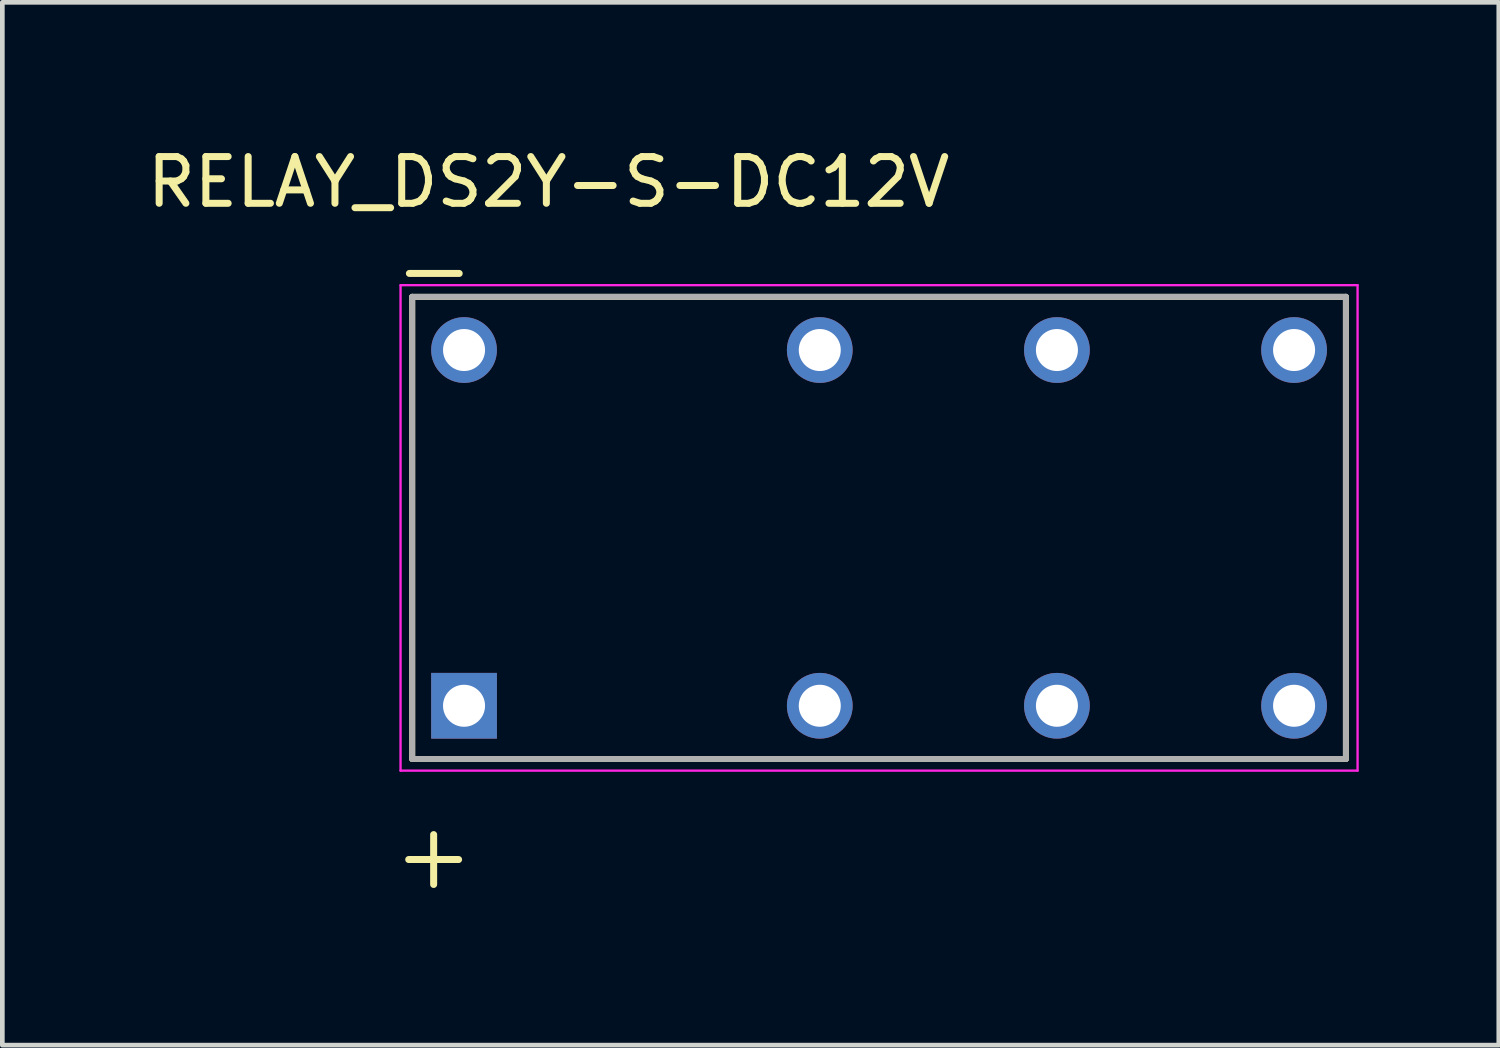
<source format=kicad_pcb>
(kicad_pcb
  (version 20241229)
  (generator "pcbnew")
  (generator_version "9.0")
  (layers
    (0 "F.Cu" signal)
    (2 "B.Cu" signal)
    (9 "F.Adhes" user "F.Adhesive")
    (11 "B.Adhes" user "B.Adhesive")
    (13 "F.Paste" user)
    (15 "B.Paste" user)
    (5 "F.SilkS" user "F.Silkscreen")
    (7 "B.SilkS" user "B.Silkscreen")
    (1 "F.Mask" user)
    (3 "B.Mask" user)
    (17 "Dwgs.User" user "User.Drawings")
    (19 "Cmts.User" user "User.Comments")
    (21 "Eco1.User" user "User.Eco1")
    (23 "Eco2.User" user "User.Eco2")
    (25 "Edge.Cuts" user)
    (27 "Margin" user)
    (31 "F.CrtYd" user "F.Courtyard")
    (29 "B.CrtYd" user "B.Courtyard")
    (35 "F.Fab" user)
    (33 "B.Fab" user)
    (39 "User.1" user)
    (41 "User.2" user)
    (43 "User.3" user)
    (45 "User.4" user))
  (footprint "RELAY_DS2Y-S-DC12V"
    (layer "F.Cu")
    (at 15.78 8.258)
    (property "Reference" "RELAY_DS2Y-S-DC12V" (at -7.079 -7.409 0) (layer "F.SilkS") (effects (font (size 1.001 1.001) (thickness 0.15))))
    (attr through_hole)
    (fp_line (start -10 -4.95) (end 10 -4.95) (stroke (width 0.127) (type solid)) (layer "F.SilkS"))
    (fp_line (start -10 4.95) (end -10 -4.95) (stroke (width 0.127) (type solid)) (layer "F.SilkS"))
    (fp_line (start 10 -4.95) (end 10 4.95) (stroke (width 0.127) (type solid)) (layer "F.SilkS"))
    (fp_line (start 10 4.95) (end -10 4.95) (stroke (width 0.127) (type solid)) (layer "F.SilkS"))
    (fp_line (start -10.25 -5.2) (end 10.25 -5.2) (stroke (width 0.05) (type solid)) (layer "F.CrtYd"))
    (fp_line (start -10.25 5.2) (end -10.25 -5.2) (stroke (width 0.05) (type solid)) (layer "F.CrtYd"))
    (fp_line (start 10.25 -5.2) (end 10.25 5.2) (stroke (width 0.05) (type solid)) (layer "F.CrtYd"))
    (fp_line (start 10.25 5.2) (end -10.25 5.2) (stroke (width 0.05) (type solid)) (layer "F.CrtYd"))
    (fp_line (start -10 -4.95) (end 10 -4.95) (stroke (width 0.127) (type solid)) (layer "F.Fab"))
    (fp_line (start -10 4.95) (end -10 -4.95) (stroke (width 0.127) (type solid)) (layer "F.Fab"))
    (fp_line (start 10 -4.95) (end 10 4.95) (stroke (width 0.127) (type solid)) (layer "F.Fab"))
    (fp_line (start 10 4.95) (end -10 4.95) (stroke (width 0.127) (type solid)) (layer "F.Fab"))
    (fp_text user "+" (at -9.541 6.997 0) (layer "F.SilkS") (effects (font (size 1.402 1.402) (thickness 0.15))))
    (fp_text user "_" (at -9.527 -6.224 0) (layer "F.SilkS") (effects (font (size 1.4 1.4) (thickness 0.15))))
    (pad "1" thru_hole rect (at -8.89 3.81) (size 1.408 1.408) (drill 0.9) (layers "*.Cu" "*.Mask"))
    (pad "4" thru_hole circle (at -1.27 3.81) (size 1.408 1.408) (drill 0.9) (layers "*.Cu" "*.Mask"))
    (pad "6" thru_hole circle (at 3.81 3.81) (size 1.408 1.408) (drill 0.9) (layers "*.Cu" "*.Mask"))
    (pad "8" thru_hole circle (at 8.89 3.81) (size 1.408 1.408) (drill 0.9) (layers "*.Cu" "*.Mask"))
    (pad "9" thru_hole circle (at 8.89 -3.81) (size 1.408 1.408) (drill 0.9) (layers "*.Cu" "*.Mask"))
    (pad "11" thru_hole circle (at 3.81 -3.81) (size 1.408 1.408) (drill 0.9) (layers "*.Cu" "*.Mask"))
    (pad "13" thru_hole circle (at -1.27 -3.81) (size 1.408 1.408) (drill 0.9) (layers "*.Cu" "*.Mask"))
    (pad "16" thru_hole circle (at -8.89 -3.81) (size 1.408 1.408) (drill 0.9) (layers "*.Cu" "*.Mask")))
  (gr_rect
    (start -3 -3)
    (end 29.055 19.338)
    (stroke (width 0.1) (type default))
    (fill no)
    (layer "Edge.Cuts")))
</source>
